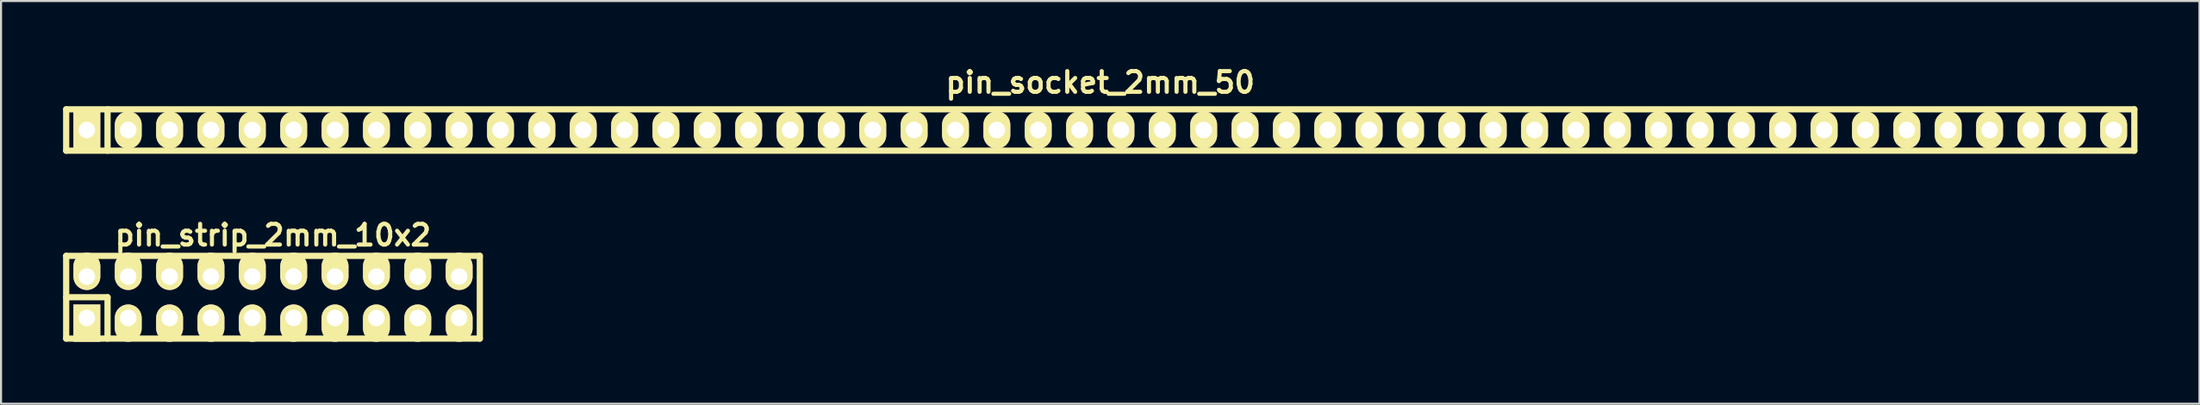
<source format=kicad_pcb>
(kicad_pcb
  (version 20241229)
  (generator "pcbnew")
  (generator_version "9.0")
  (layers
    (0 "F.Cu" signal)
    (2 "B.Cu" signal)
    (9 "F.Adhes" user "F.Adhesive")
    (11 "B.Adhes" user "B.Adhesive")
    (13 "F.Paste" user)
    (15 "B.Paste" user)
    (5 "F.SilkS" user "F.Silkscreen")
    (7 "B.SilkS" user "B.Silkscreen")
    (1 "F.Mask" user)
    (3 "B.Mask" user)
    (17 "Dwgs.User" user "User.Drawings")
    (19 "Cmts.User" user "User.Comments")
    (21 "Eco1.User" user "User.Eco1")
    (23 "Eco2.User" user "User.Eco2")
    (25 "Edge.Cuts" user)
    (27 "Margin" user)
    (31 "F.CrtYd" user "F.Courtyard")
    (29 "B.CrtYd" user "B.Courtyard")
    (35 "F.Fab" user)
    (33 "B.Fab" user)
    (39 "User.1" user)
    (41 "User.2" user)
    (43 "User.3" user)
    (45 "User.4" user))
  (footprint "pin_socket_2mm_50"
    (layer "F.Cu")
    (at 50.15 3.236)
    (property "Reference" "pin_socket_2mm_50" (at 0 -2.3 0) (layer "F.SilkS") (effects (font (size 1 1) (thickness 0.2))))
    (attr through_hole)
    (fp_line (start -50 -1) (end 50 -1) (stroke (width 0.3) (type solid)) (layer "F.SilkS"))
    (fp_line (start -50 1) (end -50 -1) (stroke (width 0.3) (type solid)) (layer "F.SilkS"))
    (fp_line (start -48 -1) (end -48 1) (stroke (width 0.3) (type solid)) (layer "F.SilkS"))
    (fp_line (start 50 -1) (end 50 1) (stroke (width 0.3) (type solid)) (layer "F.SilkS"))
    (fp_line (start 50 1) (end -50 1) (stroke (width 0.3) (type solid)) (layer "F.SilkS"))
    (pad "1" thru_hole rect (at -49 0) (size 1.3 1.8) (drill 0.8) (layers "*.Cu" "*.Mask" "F.SilkS"))
    (pad "2" thru_hole oval (at -47 0) (size 1.3 1.8) (drill 0.8) (layers "*.Cu" "*.Mask" "F.SilkS"))
    (pad "3" thru_hole oval (at -45 0) (size 1.3 1.8) (drill 0.8) (layers "*.Cu" "*.Mask" "F.SilkS"))
    (pad "4" thru_hole oval (at -43 0) (size 1.3 1.8) (drill 0.8) (layers "*.Cu" "*.Mask" "F.SilkS"))
    (pad "5" thru_hole oval (at -41 0) (size 1.3 1.8) (drill 0.8) (layers "*.Cu" "*.Mask" "F.SilkS"))
    (pad "6" thru_hole oval (at -39 0) (size 1.3 1.8) (drill 0.8) (layers "*.Cu" "*.Mask" "F.SilkS"))
    (pad "7" thru_hole oval (at -37 0) (size 1.3 1.8) (drill 0.8) (layers "*.Cu" "*.Mask" "F.SilkS"))
    (pad "8" thru_hole oval (at -35 0) (size 1.3 1.8) (drill 0.8) (layers "*.Cu" "*.Mask" "F.SilkS"))
    (pad "9" thru_hole oval (at -33 0) (size 1.3 1.8) (drill 0.8) (layers "*.Cu" "*.Mask" "F.SilkS"))
    (pad "10" thru_hole oval (at -31 0) (size 1.3 1.8) (drill 0.8) (layers "*.Cu" "*.Mask" "F.SilkS"))
    (pad "11" thru_hole oval (at -29 0) (size 1.3 1.8) (drill 0.8) (layers "*.Cu" "*.Mask" "F.SilkS"))
    (pad "12" thru_hole oval (at -27 0) (size 1.3 1.8) (drill 0.8) (layers "*.Cu" "*.Mask" "F.SilkS"))
    (pad "13" thru_hole oval (at -25 0) (size 1.3 1.8) (drill 0.8) (layers "*.Cu" "*.Mask" "F.SilkS"))
    (pad "14" thru_hole oval (at -23 0) (size 1.3 1.8) (drill 0.8) (layers "*.Cu" "*.Mask" "F.SilkS"))
    (pad "15" thru_hole oval (at -21 0) (size 1.3 1.8) (drill 0.8) (layers "*.Cu" "*.Mask" "F.SilkS"))
    (pad "16" thru_hole oval (at -19 0) (size 1.3 1.8) (drill 0.8) (layers "*.Cu" "*.Mask" "F.SilkS"))
    (pad "17" thru_hole oval (at -17 0) (size 1.3 1.8) (drill 0.8) (layers "*.Cu" "*.Mask" "F.SilkS"))
    (pad "18" thru_hole oval (at -15 0) (size 1.3 1.8) (drill 0.8) (layers "*.Cu" "*.Mask" "F.SilkS"))
    (pad "19" thru_hole oval (at -13 0) (size 1.3 1.8) (drill 0.8) (layers "*.Cu" "*.Mask" "F.SilkS"))
    (pad "20" thru_hole oval (at -11 0) (size 1.3 1.8) (drill 0.8) (layers "*.Cu" "*.Mask" "F.SilkS"))
    (pad "21" thru_hole oval (at -9 0) (size 1.3 1.8) (drill 0.8) (layers "*.Cu" "*.Mask" "F.SilkS"))
    (pad "22" thru_hole oval (at -7 0) (size 1.3 1.8) (drill 0.8) (layers "*.Cu" "*.Mask" "F.SilkS"))
    (pad "23" thru_hole oval (at -5 0) (size 1.3 1.8) (drill 0.8) (layers "*.Cu" "*.Mask" "F.SilkS"))
    (pad "24" thru_hole oval (at -3 0) (size 1.3 1.8) (drill 0.8) (layers "*.Cu" "*.Mask" "F.SilkS"))
    (pad "25" thru_hole oval (at -1 0) (size 1.3 1.8) (drill 0.8) (layers "*.Cu" "*.Mask" "F.SilkS"))
    (pad "26" thru_hole oval (at 1 0) (size 1.3 1.8) (drill 0.8) (layers "*.Cu" "*.Mask" "F.SilkS"))
    (pad "27" thru_hole oval (at 3 0) (size 1.3 1.8) (drill 0.8) (layers "*.Cu" "*.Mask" "F.SilkS"))
    (pad "28" thru_hole oval (at 5 0) (size 1.3 1.8) (drill 0.8) (layers "*.Cu" "*.Mask" "F.SilkS"))
    (pad "29" thru_hole oval (at 7 0) (size 1.3 1.8) (drill 0.8) (layers "*.Cu" "*.Mask" "F.SilkS"))
    (pad "30" thru_hole oval (at 9 0) (size 1.3 1.8) (drill 0.8) (layers "*.Cu" "*.Mask" "F.SilkS"))
    (pad "31" thru_hole oval (at 11 0) (size 1.3 1.8) (drill 0.8) (layers "*.Cu" "*.Mask" "F.SilkS"))
    (pad "32" thru_hole oval (at 13 0) (size 1.3 1.8) (drill 0.8) (layers "*.Cu" "*.Mask" "F.SilkS"))
    (pad "33" thru_hole oval (at 15 0) (size 1.3 1.8) (drill 0.8) (layers "*.Cu" "*.Mask" "F.SilkS"))
    (pad "34" thru_hole oval (at 17 0) (size 1.3 1.8) (drill 0.8) (layers "*.Cu" "*.Mask" "F.SilkS"))
    (pad "35" thru_hole oval (at 19 0) (size 1.3 1.8) (drill 0.8) (layers "*.Cu" "*.Mask" "F.SilkS"))
    (pad "36" thru_hole oval (at 21 0) (size 1.3 1.8) (drill 0.8) (layers "*.Cu" "*.Mask" "F.SilkS"))
    (pad "37" thru_hole oval (at 23 0) (size 1.3 1.8) (drill 0.8) (layers "*.Cu" "*.Mask" "F.SilkS"))
    (pad "38" thru_hole oval (at 25 0) (size 1.3 1.8) (drill 0.8) (layers "*.Cu" "*.Mask" "F.SilkS"))
    (pad "39" thru_hole oval (at 27 0) (size 1.3 1.8) (drill 0.8) (layers "*.Cu" "*.Mask" "F.SilkS"))
    (pad "40" thru_hole oval (at 29 0) (size 1.3 1.8) (drill 0.8) (layers "*.Cu" "*.Mask" "F.SilkS"))
    (pad "41" thru_hole oval (at 31 0) (size 1.3 1.8) (drill 0.8) (layers "*.Cu" "*.Mask" "F.SilkS"))
    (pad "42" thru_hole oval (at 33 0) (size 1.3 1.8) (drill 0.8) (layers "*.Cu" "*.Mask" "F.SilkS"))
    (pad "43" thru_hole oval (at 35 0) (size 1.3 1.8) (drill 0.8) (layers "*.Cu" "*.Mask" "F.SilkS"))
    (pad "44" thru_hole oval (at 37 0) (size 1.3 1.8) (drill 0.8) (layers "*.Cu" "*.Mask" "F.SilkS"))
    (pad "45" thru_hole oval (at 39 0) (size 1.3 1.8) (drill 0.8) (layers "*.Cu" "*.Mask" "F.SilkS"))
    (pad "46" thru_hole oval (at 41 0) (size 1.3 1.8) (drill 0.8) (layers "*.Cu" "*.Mask" "F.SilkS"))
    (pad "47" thru_hole oval (at 43 0) (size 1.3 1.8) (drill 0.8) (layers "*.Cu" "*.Mask" "F.SilkS"))
    (pad "48" thru_hole oval (at 45 0) (size 1.3 1.8) (drill 0.8) (layers "*.Cu" "*.Mask" "F.SilkS"))
    (pad "49" thru_hole oval (at 47 0) (size 1.3 1.8) (drill 0.8) (layers "*.Cu" "*.Mask" "F.SilkS"))
    (pad "50" thru_hole oval (at 49 0) (size 1.3 1.8) (drill 0.8) (layers "*.Cu" "*.Mask" "F.SilkS")))
  (footprint "pin_strip_2mm_10x2"
    (layer "F.Cu")
    (at 10.15 11.322)
    (property "Reference" "pin_strip_2mm_10x2" (at 0 -3 0) (layer "F.SilkS") (effects (font (size 1 1) (thickness 0.2))))
    (attr through_hole)
    (fp_line (start -10 -2) (end 10 -2) (stroke (width 0.3) (type solid)) (layer "F.SilkS"))
    (fp_line (start -10 0) (end -8 0) (stroke (width 0.3) (type solid)) (layer "F.SilkS"))
    (fp_line (start -10 2) (end -10 -2) (stroke (width 0.3) (type solid)) (layer "F.SilkS"))
    (fp_line (start -8 0) (end -8 2) (stroke (width 0.3) (type solid)) (layer "F.SilkS"))
    (fp_line (start 10 -2) (end 10 2) (stroke (width 0.3) (type solid)) (layer "F.SilkS"))
    (fp_line (start 10 2) (end -10 2) (stroke (width 0.3) (type solid)) (layer "F.SilkS"))
    (pad "1" thru_hole rect (at -9 1) (size 1.3 1.8) (drill 0.8 (offset 0 0.25)) (layers "*.Cu" "*.Mask" "F.SilkS"))
    (pad "2" thru_hole oval (at -9 -1) (size 1.3 1.8) (drill 0.8 (offset 0 -0.25)) (layers "*.Cu" "*.Mask" "F.SilkS"))
    (pad "3" thru_hole oval (at -7 1) (size 1.3 1.8) (drill 0.8 (offset 0 0.25)) (layers "*.Cu" "*.Mask" "F.SilkS"))
    (pad "4" thru_hole oval (at -7 -1) (size 1.3 1.8) (drill 0.8 (offset 0 -0.25)) (layers "*.Cu" "*.Mask" "F.SilkS"))
    (pad "5" thru_hole oval (at -5 1) (size 1.3 1.8) (drill 0.8 (offset 0 0.25)) (layers "*.Cu" "*.Mask" "F.SilkS"))
    (pad "6" thru_hole oval (at -5 -1) (size 1.3 1.8) (drill 0.8 (offset 0 -0.25)) (layers "*.Cu" "*.Mask" "F.SilkS"))
    (pad "7" thru_hole oval (at -3 1) (size 1.3 1.8) (drill 0.8 (offset 0 0.25)) (layers "*.Cu" "*.Mask" "F.SilkS"))
    (pad "8" thru_hole oval (at -3 -1) (size 1.3 1.8) (drill 0.8 (offset 0 -0.25)) (layers "*.Cu" "*.Mask" "F.SilkS"))
    (pad "9" thru_hole oval (at -1 1) (size 1.3 1.8) (drill 0.8 (offset 0 0.25)) (layers "*.Cu" "*.Mask" "F.SilkS"))
    (pad "10" thru_hole oval (at -1 -1) (size 1.3 1.8) (drill 0.8 (offset 0 -0.25)) (layers "*.Cu" "*.Mask" "F.SilkS"))
    (pad "11" thru_hole oval (at 1 1) (size 1.3 1.8) (drill 0.8 (offset 0 0.25)) (layers "*.Cu" "*.Mask" "F.SilkS"))
    (pad "12" thru_hole oval (at 1 -1) (size 1.3 1.8) (drill 0.8 (offset 0 -0.25)) (layers "*.Cu" "*.Mask" "F.SilkS"))
    (pad "13" thru_hole oval (at 3 1) (size 1.3 1.8) (drill 0.8 (offset 0 0.25)) (layers "*.Cu" "*.Mask" "F.SilkS"))
    (pad "14" thru_hole oval (at 3 -1) (size 1.3 1.8) (drill 0.8 (offset 0 -0.25)) (layers "*.Cu" "*.Mask" "F.SilkS"))
    (pad "15" thru_hole oval (at 5 1) (size 1.3 1.8) (drill 0.8 (offset 0 0.25)) (layers "*.Cu" "*.Mask" "F.SilkS"))
    (pad "16" thru_hole oval (at 5 -1) (size 1.3 1.8) (drill 0.8 (offset 0 -0.25)) (layers "*.Cu" "*.Mask" "F.SilkS"))
    (pad "17" thru_hole oval (at 7 1) (size 1.3 1.8) (drill 0.8 (offset 0 0.25)) (layers "*.Cu" "*.Mask" "F.SilkS"))
    (pad "18" thru_hole oval (at 7 -1) (size 1.3 1.8) (drill 0.8 (offset 0 -0.25)) (layers "*.Cu" "*.Mask" "F.SilkS"))
    (pad "19" thru_hole oval (at 9 1) (size 1.3 1.8) (drill 0.8 (offset 0 0.25)) (layers "*.Cu" "*.Mask" "F.SilkS"))
    (pad "20" thru_hole oval (at 9 -1) (size 1.3 1.8) (drill 0.8 (offset 0 -0.25)) (layers "*.Cu" "*.Mask" "F.SilkS")))
  (gr_rect
    (start -3 -3)
    (end 103.3 16.472)
    (stroke (width 0.1) (type default))
    (fill no)
    (layer "Edge.Cuts")))
</source>
